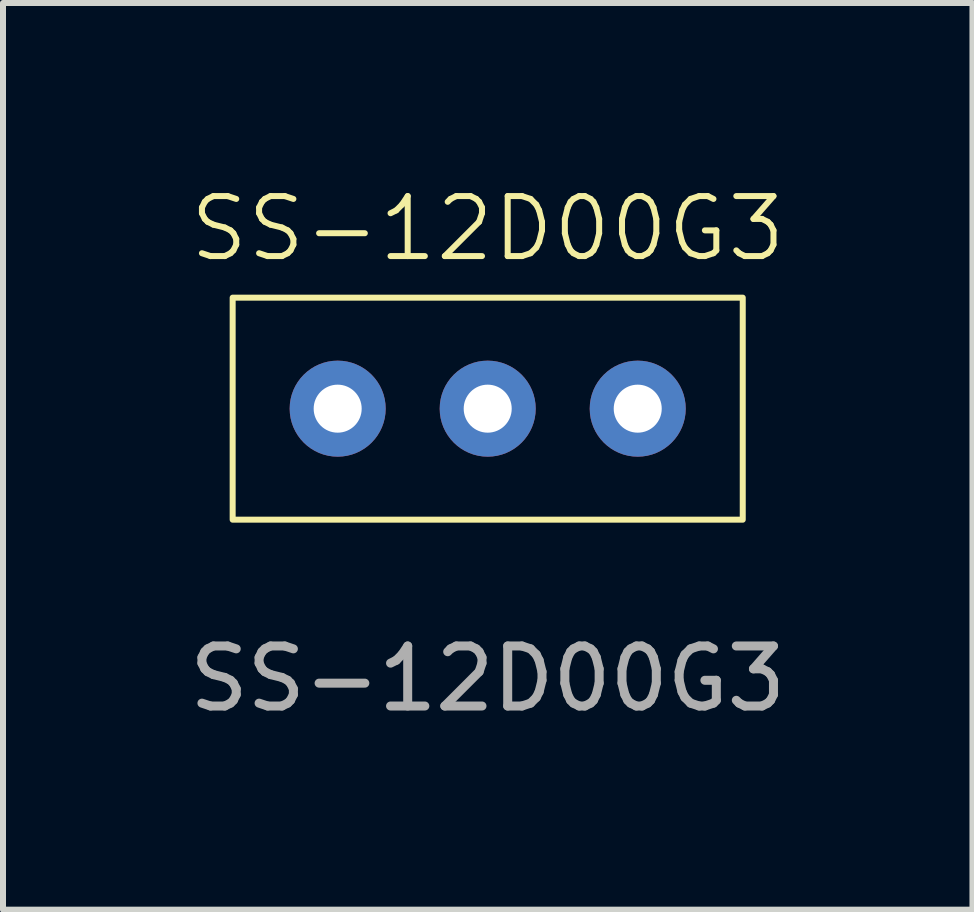
<source format=kicad_pcb>
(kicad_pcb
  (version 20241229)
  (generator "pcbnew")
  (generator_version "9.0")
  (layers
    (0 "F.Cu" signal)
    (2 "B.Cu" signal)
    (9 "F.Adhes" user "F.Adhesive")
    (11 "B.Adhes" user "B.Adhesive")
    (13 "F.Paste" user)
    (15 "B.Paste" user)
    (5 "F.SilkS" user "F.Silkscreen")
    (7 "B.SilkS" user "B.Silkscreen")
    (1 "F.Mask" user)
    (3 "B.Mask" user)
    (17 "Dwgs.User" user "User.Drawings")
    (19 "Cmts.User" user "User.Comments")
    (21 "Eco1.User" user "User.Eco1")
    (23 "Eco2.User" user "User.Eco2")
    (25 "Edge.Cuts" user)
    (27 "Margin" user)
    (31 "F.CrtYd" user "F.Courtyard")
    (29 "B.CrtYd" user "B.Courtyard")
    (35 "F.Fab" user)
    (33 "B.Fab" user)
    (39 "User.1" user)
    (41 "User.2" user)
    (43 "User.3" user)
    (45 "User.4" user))
  (footprint "SS-12D00G3"
    (layer "F.Cu")
    (at 5.077 3.76)
    (property "Reference" "SS-12D00G3" (at 0 -3 0) (unlocked yes) (layer "F.SilkS") (effects (font (size 1 1) (thickness 0.1))))
    (attr through_hole)
    (fp_rect (start -4.25 -1.85) (end 4.25 1.85) (stroke (width 0.1) (type default)) (fill no) (layer "F.SilkS"))
    (fp_text user "${REFERENCE}" (at 0 4.5 0) (unlocked yes) (layer "F.Fab") (effects (font (size 1 1) (thickness 0.15))))
    (pad "1" thru_hole circle (at -2.5 0) (size 1.6 1.6) (drill 0.8) (layers "*.Cu" "*.Mask"))
    (pad "2" thru_hole circle (at 0 0) (size 1.6 1.6) (drill 0.8) (layers "*.Cu" "*.Mask"))
    (pad "3" thru_hole circle (at 2.5 0) (size 1.6 1.6) (drill 0.8) (layers "*.Cu" "*.Mask")))
  (gr_rect
    (start -3 -3)
    (end 13.155 12.109)
    (stroke (width 0.1) (type default))
    (fill no)
    (layer "Edge.Cuts")))
</source>
